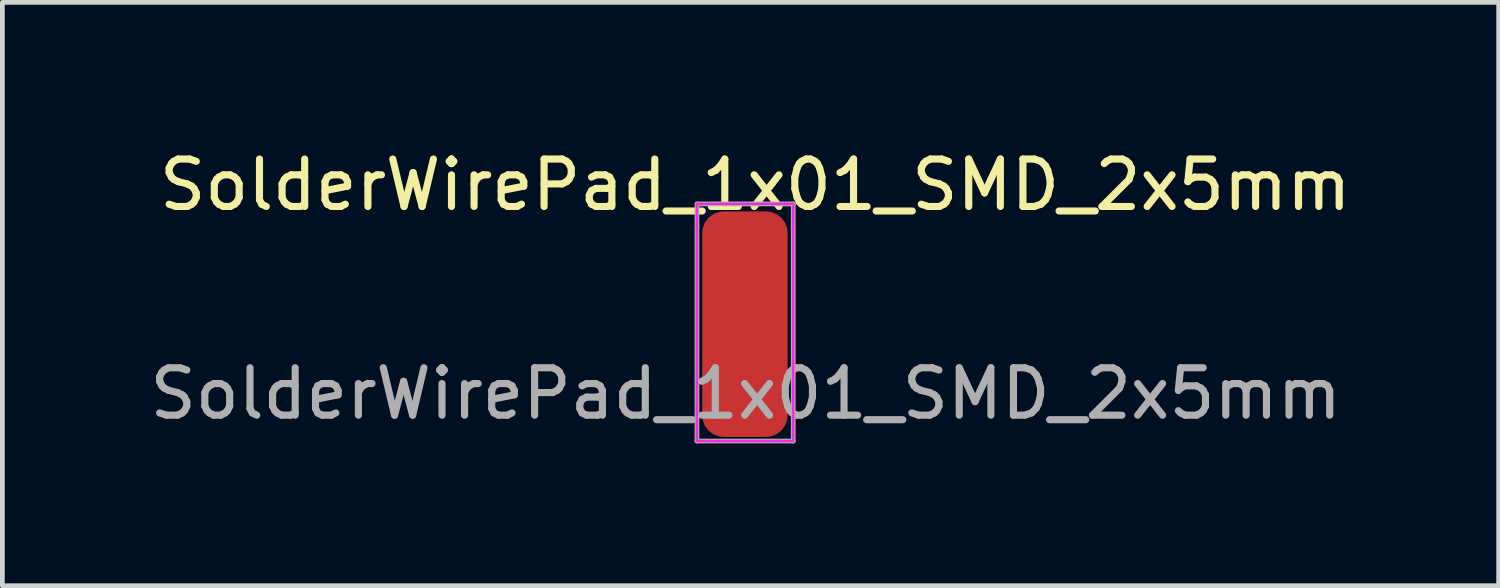
<source format=kicad_pcb>
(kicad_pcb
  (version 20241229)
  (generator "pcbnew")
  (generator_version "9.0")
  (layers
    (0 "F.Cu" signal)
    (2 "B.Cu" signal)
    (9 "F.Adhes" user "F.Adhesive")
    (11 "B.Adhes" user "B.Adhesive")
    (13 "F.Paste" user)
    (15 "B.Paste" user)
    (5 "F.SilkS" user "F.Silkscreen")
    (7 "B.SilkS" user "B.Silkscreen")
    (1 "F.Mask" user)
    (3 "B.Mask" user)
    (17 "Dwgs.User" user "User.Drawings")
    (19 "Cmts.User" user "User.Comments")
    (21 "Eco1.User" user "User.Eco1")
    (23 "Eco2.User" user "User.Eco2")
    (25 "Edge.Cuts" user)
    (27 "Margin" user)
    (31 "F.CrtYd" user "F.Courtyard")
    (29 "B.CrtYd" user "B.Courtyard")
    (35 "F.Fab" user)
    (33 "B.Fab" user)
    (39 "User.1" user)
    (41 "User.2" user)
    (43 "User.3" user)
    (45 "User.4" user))
  (footprint "SolderWirePad_1x01_SMD_2x5mm"
    (layer "F.Cu")
    (at 12.673 5.248)
    (property "Reference" "SolderWirePad_1x01_SMD_2x5mm" (at 0.2 -4.4 0) (layer "F.SilkS") (effects (font (size 1 1) (thickness 0.15))))
    (attr exclude_from_pos_files exclude_from_bom)
    (fp_line (start -1.03 1) (end -1.03 -4) (stroke (width 0.05) (type solid)) (layer "F.CrtYd"))
    (fp_line (start -1.03 1) (end 1 1) (stroke (width 0.05) (type solid)) (layer "F.CrtYd"))
    (fp_line (start 1 -4) (end -1.015 -4) (stroke (width 0.05) (type solid)) (layer "F.CrtYd"))
    (fp_line (start 1 1) (end 1 -4) (stroke (width 0.05) (type solid)) (layer "F.CrtYd"))
    (fp_line (start -1.03 1) (end -1.03 -4) (stroke (width 0.1) (type solid)) (layer "F.Fab"))
    (fp_line (start -1.008 -4) (end 1 -4) (stroke (width 0.1) (type solid)) (layer "F.Fab"))
    (fp_line (start 1 -4) (end 1 1) (stroke (width 0.1) (type solid)) (layer "F.Fab"))
    (fp_line (start 1 1) (end -1.03 1) (stroke (width 0.1) (type solid)) (layer "F.Fab"))
    (fp_text user "${REFERENCE}" (at 0 0 0) (layer "F.Fab") (effects (font (size 1 1) (thickness 0.15))))
    (pad "1" smd roundrect (at -0.019 -1.464) (size 1.8 4.754) (layers "F.Cu" "F.Mask" "F.Paste") (roundrect_rratio 0.25)))
  (gr_rect
    (start -3 -3)
    (end 28.545 9.298)
    (stroke (width 0.1) (type default))
    (fill no)
    (layer "Edge.Cuts")))
</source>
